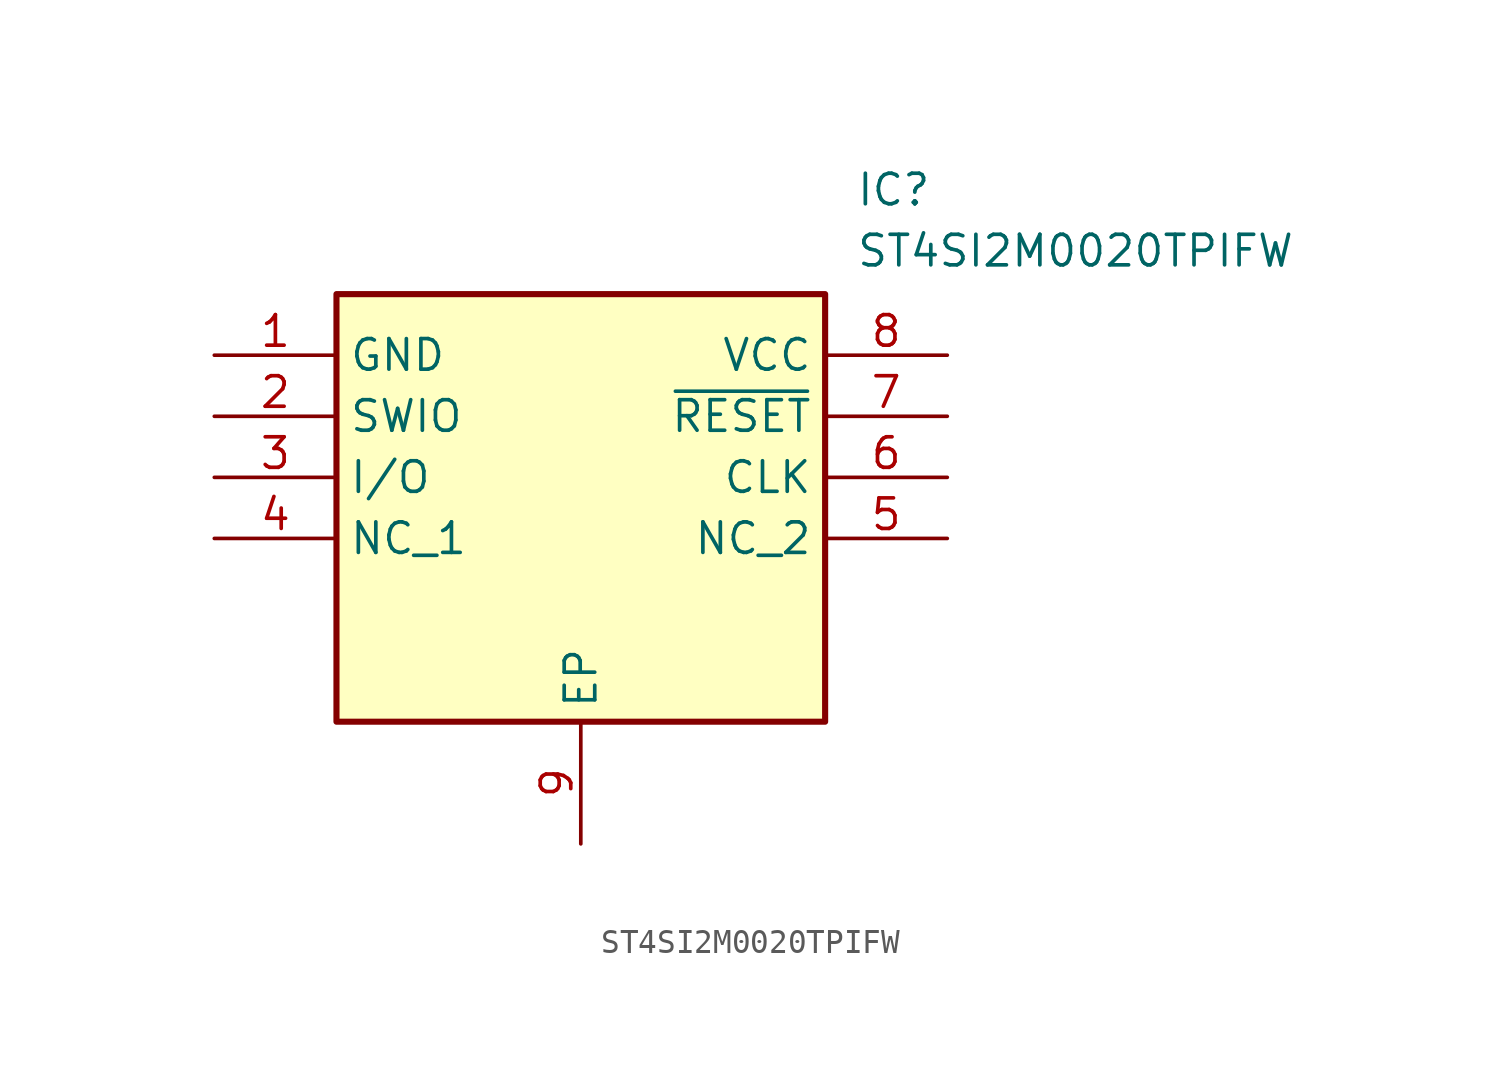
<source format=kicad_sym>
(kicad_symbol_lib
  (version 20211014)
  (generator SamacSys_ECAD_Model)
  (symbol "ST4SI2M0020TPIFW"
    (property "Reference" "IC"
      (at 26.67 7.62 0)
      (effects (font (size 1.27 1.27)) (justify left top)))
    (property "Value" "ST4SI2M0020TPIFW"
      (at 26.67 5.08 0)
      (effects (font (size 1.27 1.27)) (justify left top)))
    (rectangle
      (start 5.08 2.54)
      (end 25.4 -15.24)
      (stroke (width 0.254) (type default))
      (fill (type background)))
    (pin passive line
      (at 0 0 0)
      (length 5.08)
      (name "GND" (effects (font (size 1.27 1.27))))
      (number "1" (effects (font (size 1.27 1.27)))))
    (pin passive line
      (at 0 -2.54 0)
      (length 5.08)
      (name "SWIO" (effects (font (size 1.27 1.27))))
      (number "2" (effects (font (size 1.27 1.27)))))
    (pin passive line
      (at 0 -5.08 0)
      (length 5.08)
      (name "I/O" (effects (font (size 1.27 1.27))))
      (number "3" (effects (font (size 1.27 1.27)))))
    (pin passive line
      (at 0 -7.62 0)
      (length 5.08)
      (name "NC_1" (effects (font (size 1.27 1.27))))
      (number "4" (effects (font (size 1.27 1.27)))))
    (pin passive line
      (at 15.24 -20.32 90)
      (length 5.08)
      (name "EP" (effects (font (size 1.27 1.27))))
      (number "9" (effects (font (size 1.27 1.27)))))
    (pin passive line
      (at 30.48 0 180)
      (length 5.08)
      (name "VCC" (effects (font (size 1.27 1.27))))
      (number "8" (effects (font (size 1.27 1.27)))))
    (pin passive line
      (at 30.48 -2.54 180)
      (length 5.08)
      (name "~{RESET}" (effects (font (size 1.27 1.27))))
      (number "7" (effects (font (size 1.27 1.27)))))
    (pin passive line
      (at 30.48 -5.08 180)
      (length 5.08)
      (name "CLK" (effects (font (size 1.27 1.27))))
      (number "6" (effects (font (size 1.27 1.27)))))
    (pin passive line
      (at 30.48 -7.62 180)
      (length 5.08)
      (name "NC_2" (effects (font (size 1.27 1.27))))
      (number "5" (effects (font (size 1.27 1.27)))))))
</source>
